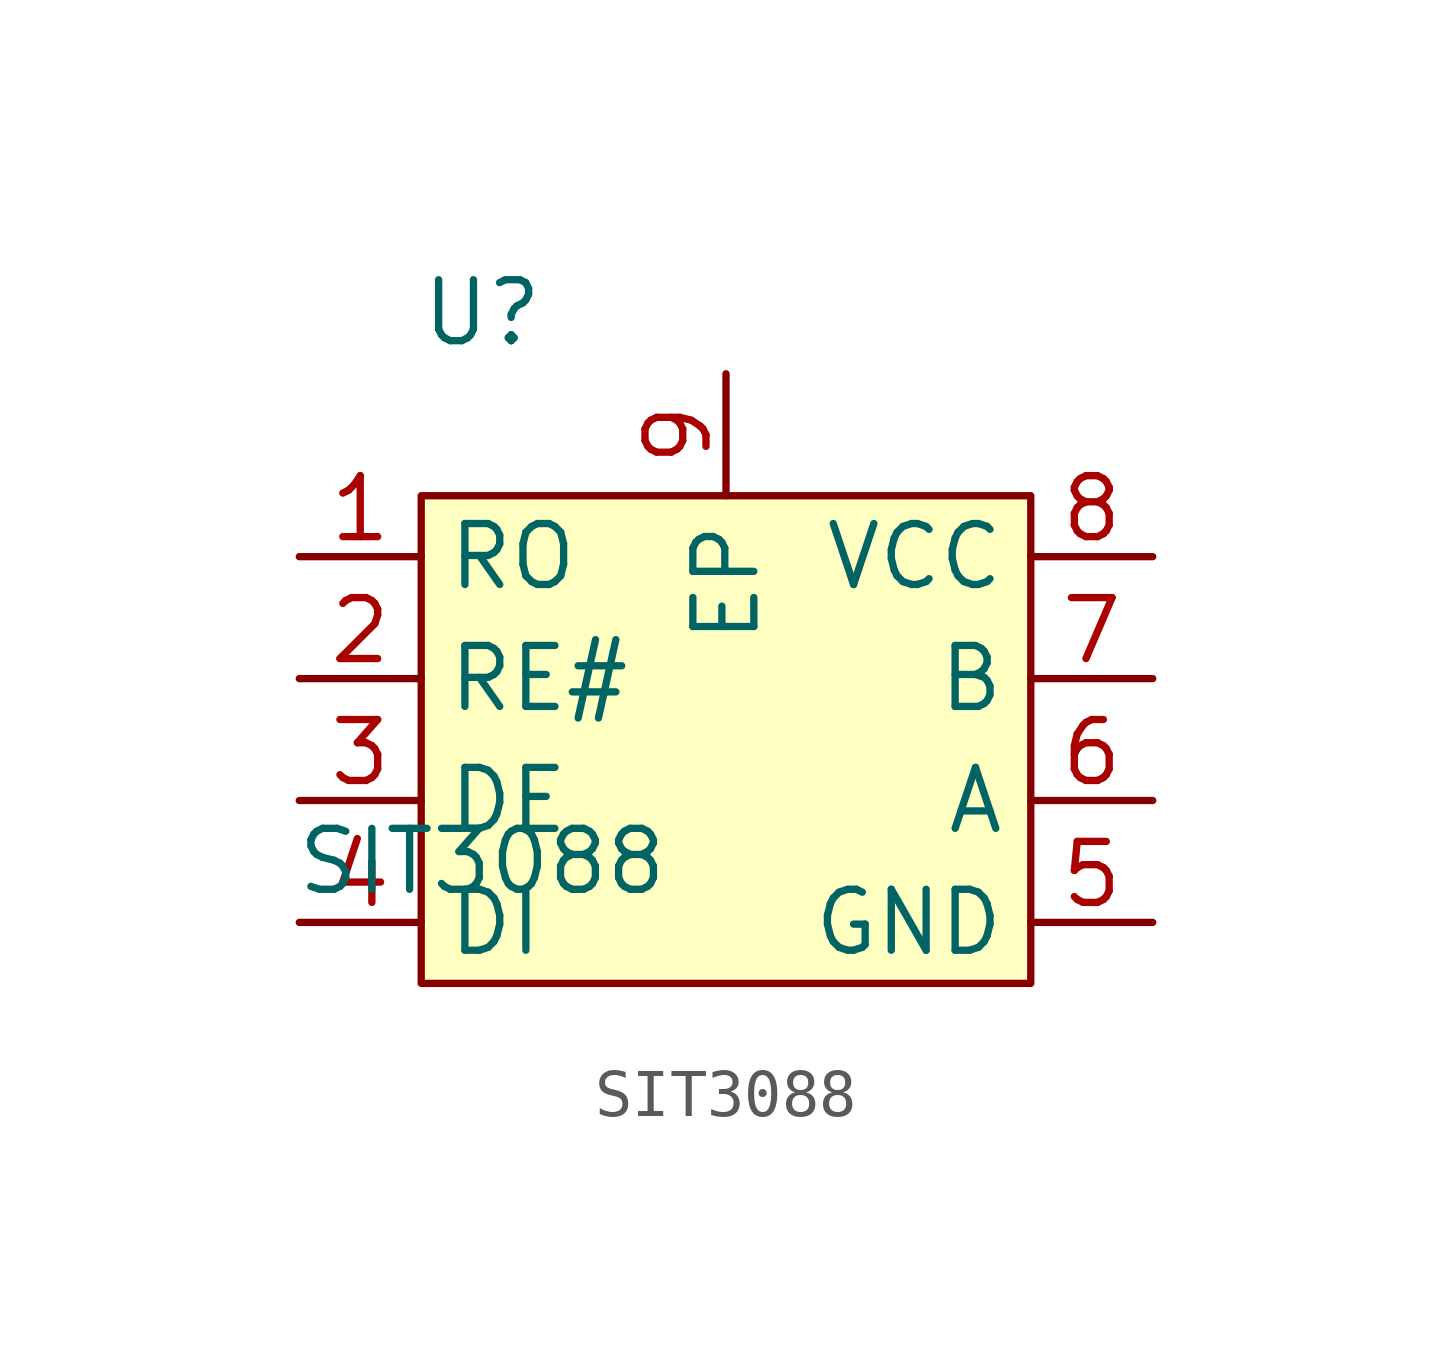
<source format=kicad_sym>
(kicad_symbol_lib
  (version 20220914)
  (generator kicad_symbol_editor)
  (symbol "SIT3088"
    (property "Reference" "U"
      (at -5.08 8.89 0)
      (effects (font (size 1.27 1.27))))
    (property "Value" "SIT3088"
      (at -5.08 -2.54 0)
      (effects (font (size 1.27 1.27))))
    (symbol "SIT3088_1_1"
      (rectangle (start -6.35 5.08) (end 6.35 -5.08) (stroke (width 0) (type default)) (fill (type background)))
      (pin bidirectional line (at -8.89 3.81 0) (length 2.54) (name "RO" (effects (font (size 1.27 1.27)))) (number "1" (effects (font (size 1.27 1.27)))))
      (pin bidirectional line (at -8.89 1.27 0) (length 2.54) (name "RE#" (effects (font (size 1.27 1.27)))) (number "2" (effects (font (size 1.27 1.27)))))
      (pin bidirectional line (at -8.89 -1.27 0) (length 2.54) (name "DE" (effects (font (size 1.27 1.27)))) (number "3" (effects (font (size 1.27 1.27)))))
      (pin bidirectional line (at -8.89 -3.81 0) (length 2.54) (name "DI" (effects (font (size 1.27 1.27)))) (number "4" (effects (font (size 1.27 1.27)))))
      (pin power_in line (at 8.89 -3.81 180) (length 2.54) (name "GND" (effects (font (size 1.27 1.27)))) (number "5" (effects (font (size 1.27 1.27)))))
      (pin bidirectional line (at 8.89 -1.27 180) (length 2.54) (name "A" (effects (font (size 1.27 1.27)))) (number "6" (effects (font (size 1.27 1.27)))))
      (pin bidirectional line (at 8.89 1.27 180) (length 2.54) (name "B" (effects (font (size 1.27 1.27)))) (number "7" (effects (font (size 1.27 1.27)))))
      (pin power_in line (at 8.89 3.81 180) (length 2.54) (name "VCC" (effects (font (size 1.27 1.27)))) (number "8" (effects (font (size 1.27 1.27)))))
      (pin bidirectional line (at 0 7.62 270) (length 2.54) (name "EP" (effects (font (size 1.27 1.27)))) (number "9" (effects (font (size 1.27 1.27))))))))
</source>
